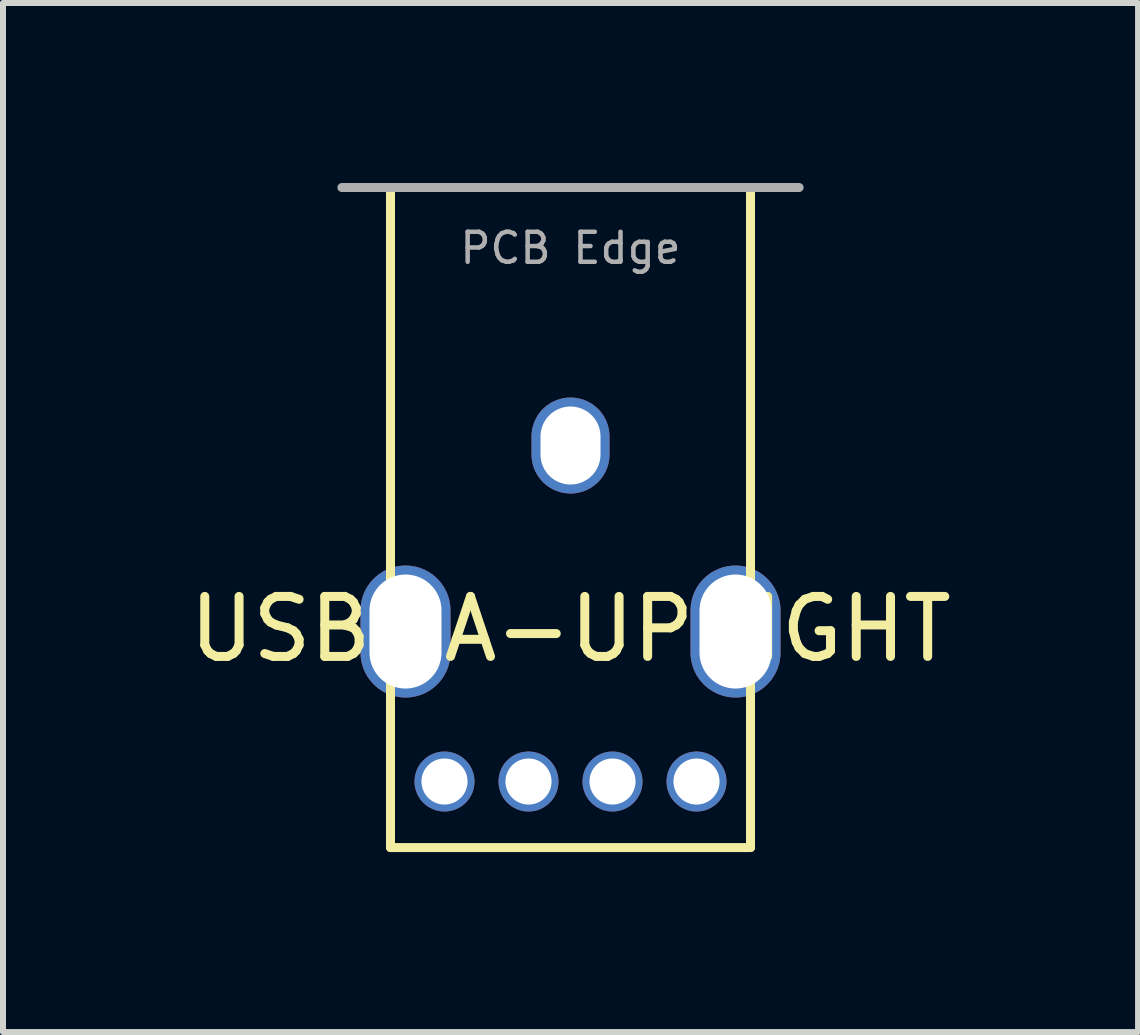
<source format=kicad_pcb>
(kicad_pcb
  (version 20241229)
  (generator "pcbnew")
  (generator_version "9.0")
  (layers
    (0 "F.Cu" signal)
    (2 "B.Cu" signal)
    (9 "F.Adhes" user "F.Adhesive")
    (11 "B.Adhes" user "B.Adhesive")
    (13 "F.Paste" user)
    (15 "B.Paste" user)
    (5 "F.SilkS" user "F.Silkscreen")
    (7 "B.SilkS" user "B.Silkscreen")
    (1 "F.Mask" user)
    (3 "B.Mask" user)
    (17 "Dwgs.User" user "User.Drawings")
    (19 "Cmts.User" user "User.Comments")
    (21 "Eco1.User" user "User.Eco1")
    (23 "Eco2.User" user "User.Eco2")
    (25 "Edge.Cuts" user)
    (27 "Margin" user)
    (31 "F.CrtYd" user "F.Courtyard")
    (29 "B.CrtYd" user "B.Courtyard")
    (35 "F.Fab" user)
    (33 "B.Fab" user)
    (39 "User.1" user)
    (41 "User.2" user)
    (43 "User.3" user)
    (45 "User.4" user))
  (footprint "USB-A-UPRIGHT"
    (layer "F.Cu")
    (at 6.458 9.975)
    (property "Reference" "USB-A-UPRIGHT" (at 0 -2.54 0) (layer "F.SilkS") (effects (font (size 1 1) (thickness 0.15))))
    (attr through_hole)
    (fp_line (start -3 -9.9) (end 3 -9.9) (stroke (width 0.15) (type solid)) (layer "F.SilkS"))
    (fp_line (start -3 1.1) (end -3 -9.9) (stroke (width 0.15) (type solid)) (layer "F.SilkS"))
    (fp_line (start 3 -9.9) (end 3 1.1) (stroke (width 0.15) (type solid)) (layer "F.SilkS"))
    (fp_line (start 3 1.1) (end -3 1.1) (stroke (width 0.15) (type solid)) (layer "F.SilkS"))
    (fp_line (start -3.81 -9.9) (end 3.81 -9.9) (stroke (width 0.15) (type solid)) (layer "F.Fab"))
    (fp_text user "PCB Edge" (at 0 -8.89 0) (layer "F.Fab") (effects (font (size 0.5 0.5) (thickness 0.075))))
    (pad "1" thru_hole circle (at 2.1 0) (size 1 1) (drill 0.768) (layers "*.Cu" "*.Mask"))
    (pad "2" thru_hole circle (at 0.7 0) (size 1 1) (drill 0.768) (layers "*.Cu" "*.Mask"))
    (pad "3" thru_hole circle (at -0.7 0) (size 1 1) (drill 0.768) (layers "*.Cu" "*.Mask"))
    (pad "4" thru_hole circle (at -2.1 0) (size 1 1) (drill 0.768) (layers "*.Cu" "*.Mask"))
    (pad "5" thru_hole oval (at -2.75 -2.5) (size 1.5 2.2) (drill oval 1.2 1.9) (layers "*.Cu" "*.Mask"))
    (pad "5" thru_hole oval (at 0 -5.6) (size 1.3 1.6) (drill oval 1 1.3) (layers "*.Cu" "*.Mask"))
    (pad "5" thru_hole oval (at 2.75 -2.5) (size 1.5 2.2) (drill oval 1.2 1.9) (layers "*.Cu" "*.Mask")))
  (gr_rect
    (start -3 -3)
    (end 15.917 14.15)
    (stroke (width 0.1) (type default))
    (fill no)
    (layer "Edge.Cuts")))
</source>
